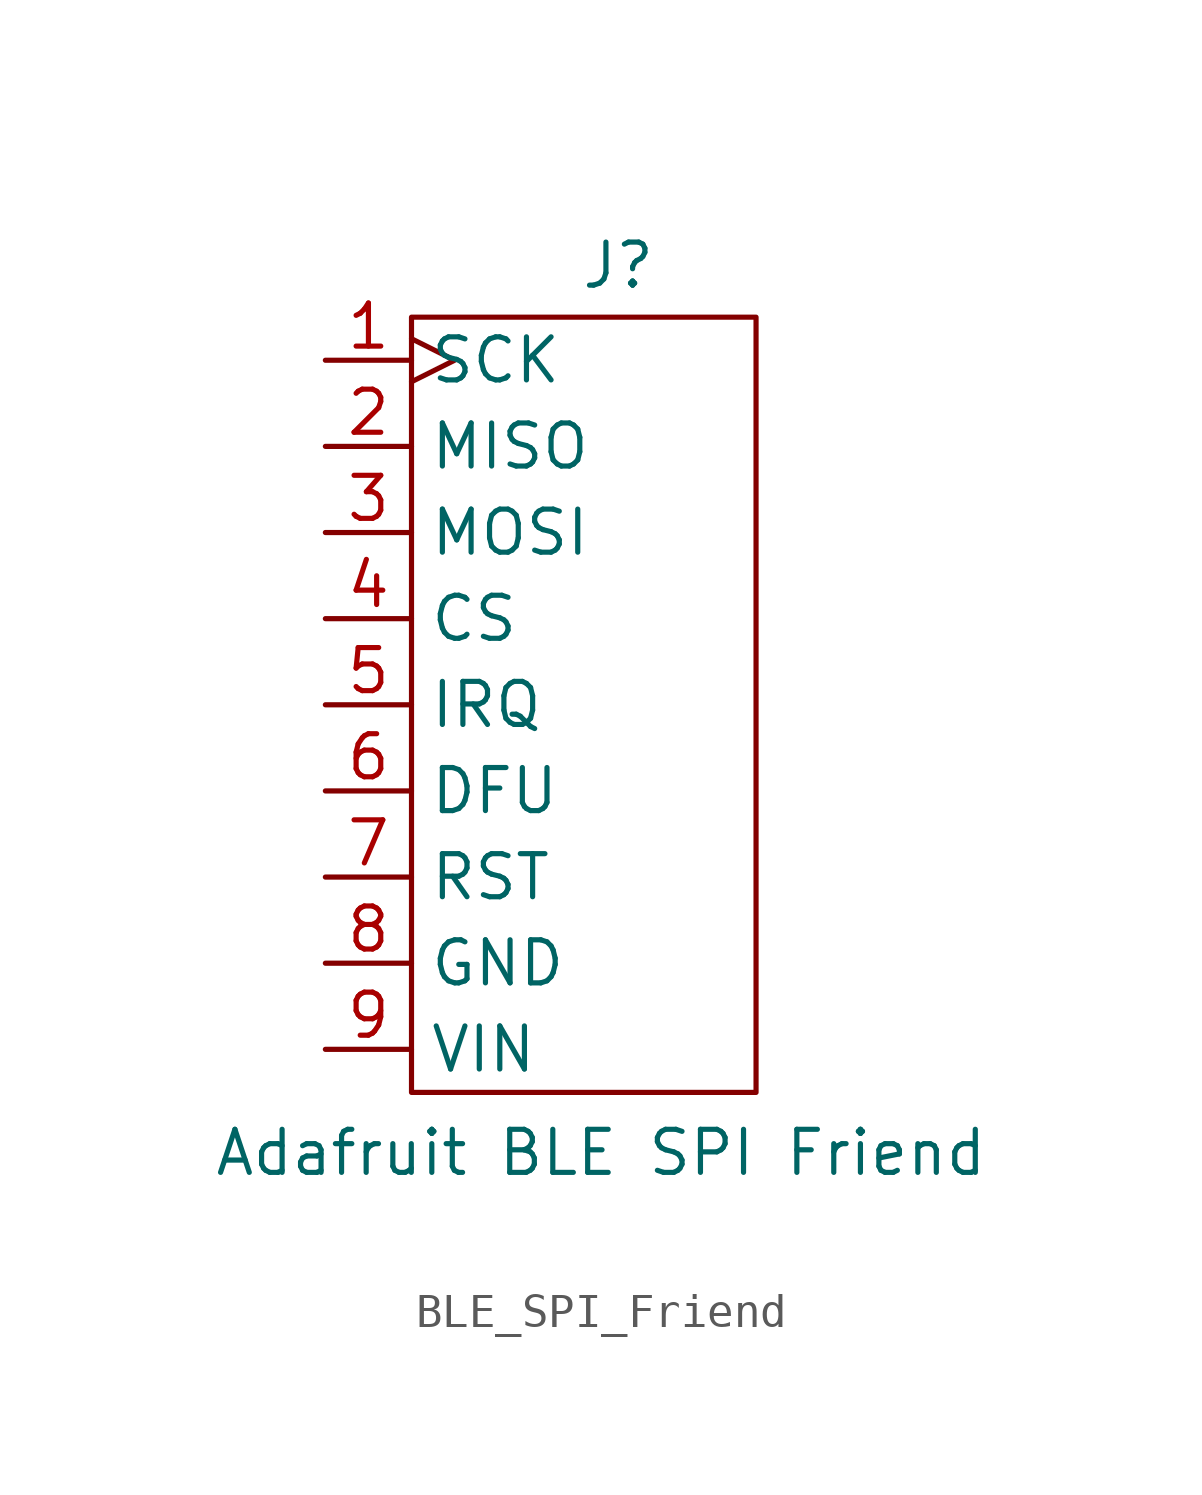
<source format=kicad_sym>
(kicad_symbol_lib
  (version 20231120)
  (generator "kicad_symbol_editor")
  (generator_version "8.0")
  (symbol "BLE_SPI_Friend"
    (property "Reference" "J"
      (at 3.556 12.954 0)
      (effects (font (size 1.27 1.27))))
    (property "Value" "Adafruit BLE SPI Friend"
      (at 3.048 -13.208 0)
      (effects (font (size 1.27 1.27))))
    (symbol "BLE_SPI_Friend_0_1"
      (rectangle (start -2.54 11.43) (end 7.62 -11.43) (stroke (width 0) (type default)) (fill (type none))))
    (symbol "BLE_SPI_Friend_1_1"
      (pin input clock (at -5.08 10.16 0) (length 2.54) (name "SCK" (effects (font (size 1.27 1.27)))) (number "1" (effects (font (size 1.27 1.27)))))
      (pin output line (at -5.08 7.62 0) (length 2.54) (name "MISO" (effects (font (size 1.27 1.27)))) (number "2" (effects (font (size 1.27 1.27)))))
      (pin input line (at -5.08 5.08 0) (length 2.54) (name "MOSI" (effects (font (size 1.27 1.27)))) (number "3" (effects (font (size 1.27 1.27)))))
      (pin input line (at -5.08 2.54 0) (length 2.54) (name "CS" (effects (font (size 1.27 1.27)))) (number "4" (effects (font (size 1.27 1.27)))))
      (pin output line (at -5.08 0 0) (length 2.54) (name "IRQ" (effects (font (size 1.27 1.27)))) (number "5" (effects (font (size 1.27 1.27)))))
      (pin bidirectional line (at -5.08 -2.54 0) (length 2.54) (name "DFU" (effects (font (size 1.27 1.27)))) (number "6" (effects (font (size 1.27 1.27)))))
      (pin input line (at -5.08 -5.08 0) (length 2.54) (name "RST" (effects (font (size 1.27 1.27)))) (number "7" (effects (font (size 1.27 1.27)))))
      (pin power_in line (at -5.08 -7.62 0) (length 2.54) (name "GND" (effects (font (size 1.27 1.27)))) (number "8" (effects (font (size 1.27 1.27)))))
      (pin power_in line (at -5.08 -10.16 0) (length 2.54) (name "VIN" (effects (font (size 1.27 1.27)))) (number "9" (effects (font (size 1.27 1.27))))))))
</source>
